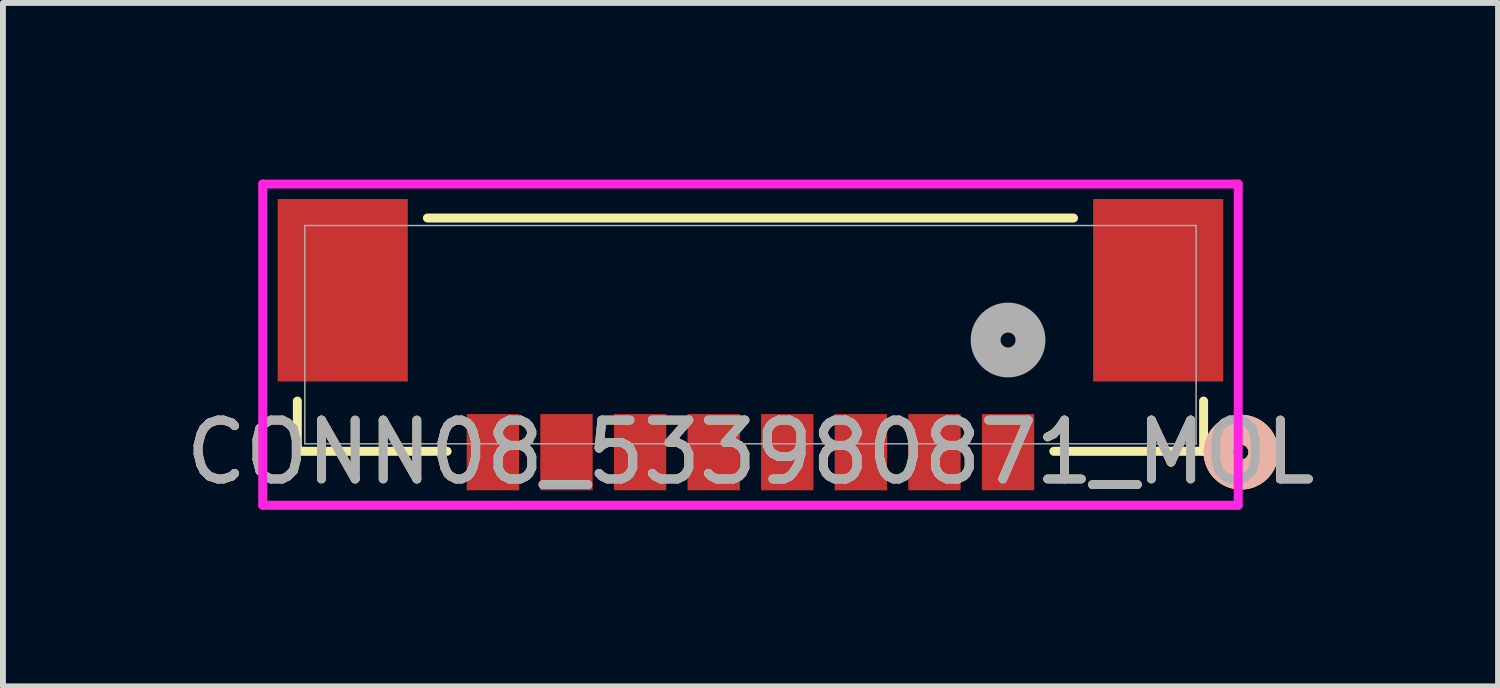
<source format=kicad_pcb>
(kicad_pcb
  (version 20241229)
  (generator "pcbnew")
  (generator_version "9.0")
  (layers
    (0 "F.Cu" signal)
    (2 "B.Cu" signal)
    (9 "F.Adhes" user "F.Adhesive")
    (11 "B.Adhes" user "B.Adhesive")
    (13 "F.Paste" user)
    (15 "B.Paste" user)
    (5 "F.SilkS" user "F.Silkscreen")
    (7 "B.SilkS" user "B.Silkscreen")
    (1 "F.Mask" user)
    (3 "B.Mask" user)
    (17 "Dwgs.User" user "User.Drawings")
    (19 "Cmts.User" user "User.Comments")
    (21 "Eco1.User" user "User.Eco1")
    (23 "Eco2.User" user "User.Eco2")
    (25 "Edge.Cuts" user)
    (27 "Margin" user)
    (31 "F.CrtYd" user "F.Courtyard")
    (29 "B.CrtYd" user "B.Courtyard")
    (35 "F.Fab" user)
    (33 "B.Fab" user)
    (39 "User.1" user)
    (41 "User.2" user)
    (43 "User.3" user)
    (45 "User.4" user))
  (footprint "CONN08_533980871_MOL"
    (layer "F.Cu")
    (at 9.696 2.634)
    (property "Reference" "CONN08_533980871_MOL" (at 0 1.996 0) (unlocked yes) (layer "F.SilkS") (effects (font (size 1 1) (thickness 0.15))))
    (attr smd)
    (fp_line (start -7.696 1.128) (end -7.696 1.981) (stroke (width 0.152) (type solid)) (layer "F.SilkS"))
    (fp_line (start -7.696 1.981) (end -5.152 1.981) (stroke (width 0.152) (type solid)) (layer "F.SilkS"))
    (fp_line (start 5.152 1.981) (end 7.696 1.981) (stroke (width 0.152) (type solid)) (layer "F.SilkS"))
    (fp_line (start 5.487 -1.981) (end -5.487 -1.981) (stroke (width 0.152) (type solid)) (layer "F.SilkS"))
    (fp_line (start 7.696 1.981) (end 7.696 1.128) (stroke (width 0.152) (type solid)) (layer "F.SilkS"))
    (fp_circle (center 8.331 1.996) (end 8.712 1.996) (stroke (width 0.508) (type solid)) (fill no) (layer "F.SilkS"))
    (fp_circle (center 8.331 1.996) (end 8.712 1.996) (stroke (width 0.508) (type solid)) (fill no) (layer "B.SilkS"))
    (fp_line (start -8.284 -2.558) (end -8.284 2.897) (stroke (width 0.152) (type solid)) (layer "F.CrtYd"))
    (fp_line (start -8.284 2.897) (end 8.284 2.897) (stroke (width 0.152) (type solid)) (layer "F.CrtYd"))
    (fp_line (start 8.284 -2.558) (end -8.284 -2.558) (stroke (width 0.152) (type solid)) (layer "F.CrtYd"))
    (fp_line (start 8.284 2.897) (end 8.284 -2.558) (stroke (width 0.152) (type solid)) (layer "F.CrtYd"))
    (fp_line (start -7.569 -1.854) (end -7.569 1.854) (stroke (width 0.025) (type solid)) (layer "F.Fab"))
    (fp_line (start -7.569 1.854) (end 7.569 1.854) (stroke (width 0.025) (type solid)) (layer "F.Fab"))
    (fp_line (start 7.569 -1.854) (end -7.569 -1.854) (stroke (width 0.025) (type solid)) (layer "F.Fab"))
    (fp_line (start 7.569 1.854) (end 7.569 -1.854) (stroke (width 0.025) (type solid)) (layer "F.Fab"))
    (fp_circle (center 4.375 0.091) (end 4.756 0.091) (stroke (width 0.508) (type solid)) (fill no) (layer "F.Fab"))
    (fp_text user "${REFERENCE}" (at 0 1.996 0) (unlocked yes) (layer "F.Fab") (effects (font (size 1 1) (thickness 0.15))))
    (pad "1" smd rect (at 4.375 1.996) (size 0.889 1.295) (layers "F.Cu" "F.Mask" "F.Paste"))
    (pad "2" smd rect (at 3.125 1.996) (size 0.889 1.295) (layers "F.Cu" "F.Mask" "F.Paste"))
    (pad "3" smd rect (at 1.875 1.996) (size 0.889 1.295) (layers "F.Cu" "F.Mask" "F.Paste"))
    (pad "4" smd rect (at 0.625 1.996) (size 0.889 1.295) (layers "F.Cu" "F.Mask" "F.Paste"))
    (pad "5" smd rect (at -0.625 1.996) (size 0.889 1.295) (layers "F.Cu" "F.Mask" "F.Paste"))
    (pad "6" smd rect (at -1.875 1.996) (size 0.889 1.295) (layers "F.Cu" "F.Mask" "F.Paste"))
    (pad "7" smd rect (at -3.125 1.996) (size 0.889 1.295) (layers "F.Cu" "F.Mask" "F.Paste"))
    (pad "8" smd rect (at -4.375 1.996) (size 0.889 1.295) (layers "F.Cu" "F.Mask" "F.Paste"))
    (pad "9" smd rect (at -6.925 -0.754) (size 2.21 3.099) (layers "F.Cu" "F.Mask" "F.Paste"))
    (pad "10" smd rect (at 6.925 -0.754) (size 2.21 3.099) (layers "F.Cu" "F.Mask" "F.Paste")))
  (gr_rect
    (start -3 -3)
    (end 22.393 8.607)
    (stroke (width 0.1) (type default))
    (fill no)
    (layer "Edge.Cuts")))
</source>
